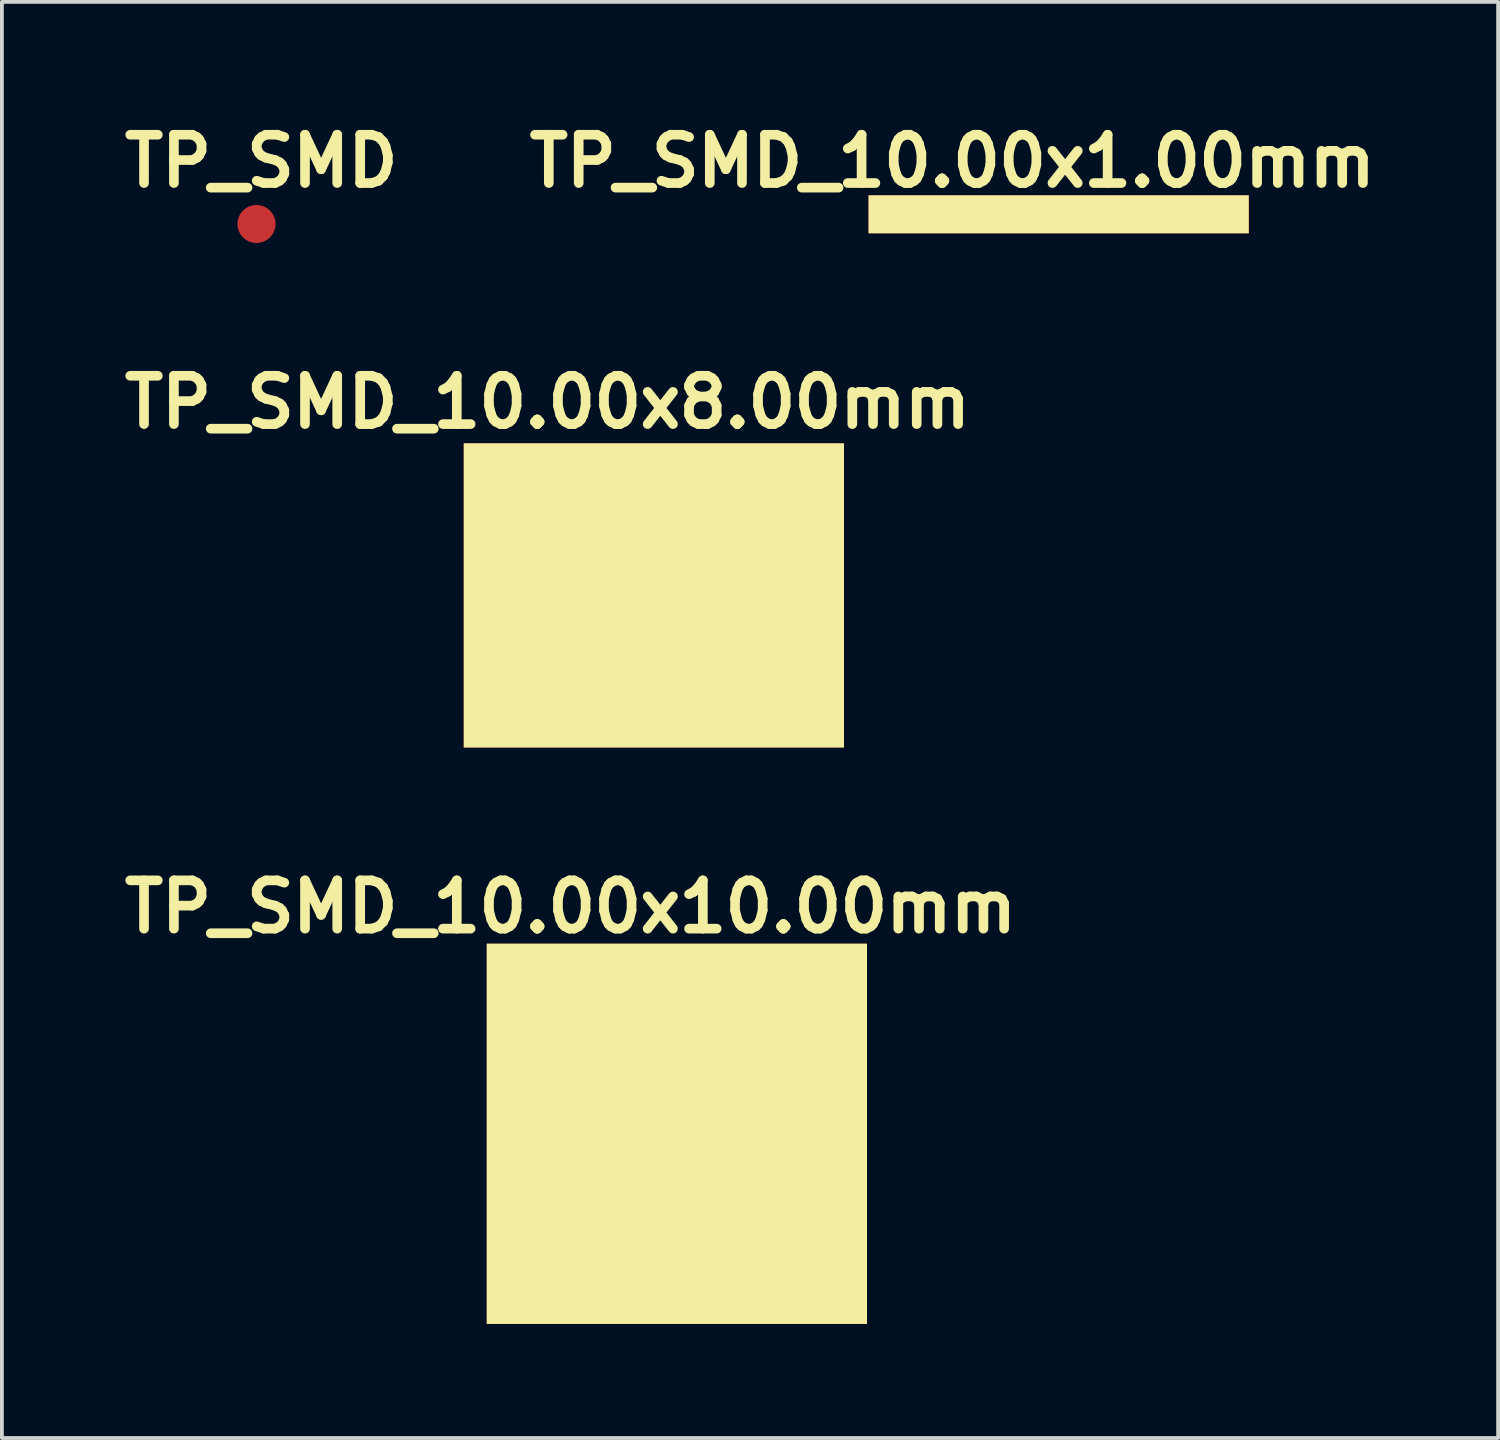
<source format=kicad_pcb>
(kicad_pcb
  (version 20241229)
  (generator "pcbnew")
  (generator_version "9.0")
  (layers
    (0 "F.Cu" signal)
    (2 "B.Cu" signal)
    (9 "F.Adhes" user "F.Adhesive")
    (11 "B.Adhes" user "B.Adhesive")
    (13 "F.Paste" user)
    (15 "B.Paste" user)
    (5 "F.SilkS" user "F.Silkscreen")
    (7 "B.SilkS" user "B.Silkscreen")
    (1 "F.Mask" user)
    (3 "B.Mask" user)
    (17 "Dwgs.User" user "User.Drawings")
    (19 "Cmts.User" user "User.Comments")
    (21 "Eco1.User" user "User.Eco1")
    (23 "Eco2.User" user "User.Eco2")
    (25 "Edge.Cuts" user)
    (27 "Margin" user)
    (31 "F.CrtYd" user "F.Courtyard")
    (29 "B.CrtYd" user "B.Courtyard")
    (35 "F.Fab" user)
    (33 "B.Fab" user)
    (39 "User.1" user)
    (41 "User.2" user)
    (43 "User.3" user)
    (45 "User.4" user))
  (footprint "TP_SMD_10.00x1.00mm"
    (layer "F.Cu")
    (at 24.79 2.586)
    (property "Reference" "TP_SMD_10.00x1.00mm" (at -2.794 -1.397 0) (layer "F.SilkS") (effects (font (size 1.27 1.27) (thickness 0.254))))
    (attr exclude_from_pos_files exclude_from_bom)
    (pad "1" smd rect (at 0 0) (size 10 1) (layers "F.Cu" "F.Mask" "F.SilkS")))
  (footprint "TP_SMD_10.00x8.00mm"
    (layer "F.Cu")
    (at 14.145 12.608)
    (property "Reference" "TP_SMD_10.00x8.00mm" (at -2.794 -5.08 0) (layer "F.SilkS") (effects (font (size 1.27 1.27) (thickness 0.254))))
    (attr exclude_from_pos_files exclude_from_bom)
    (pad "1" smd rect (at 0 0) (size 10 8) (layers "F.Cu" "F.Mask" "F.SilkS")))
  (footprint "TP_SMD"
    (layer "F.Cu")
    (at 3.695 2.84)
    (property "Reference" "TP_SMD" (at 0.127 -1.651 0) (layer "F.SilkS") (effects (font (size 1.27 1.27) (thickness 0.254))))
    (attr exclude_from_pos_files exclude_from_bom)
    (pad "1" smd circle (at 0 0 90) (size 1 1) (layers "F.Cu" "F.Mask")))
  (footprint "TP_SMD_10.00x10.00mm"
    (layer "F.Cu")
    (at 14.75 26.766)
    (property "Reference" "TP_SMD_10.00x10.00mm" (at -2.794 -5.969 0) (layer "F.SilkS") (effects (font (size 1.27 1.27) (thickness 0.254))))
    (attr exclude_from_pos_files exclude_from_bom)
    (pad "1" smd rect (at 0 0) (size 10 10) (layers "F.Cu" "F.Mask" "F.SilkS")))
  (gr_rect
    (start -3 -3)
    (end 36.347 34.766)
    (stroke (width 0.1) (type default))
    (fill no)
    (layer "Edge.Cuts")))
</source>
